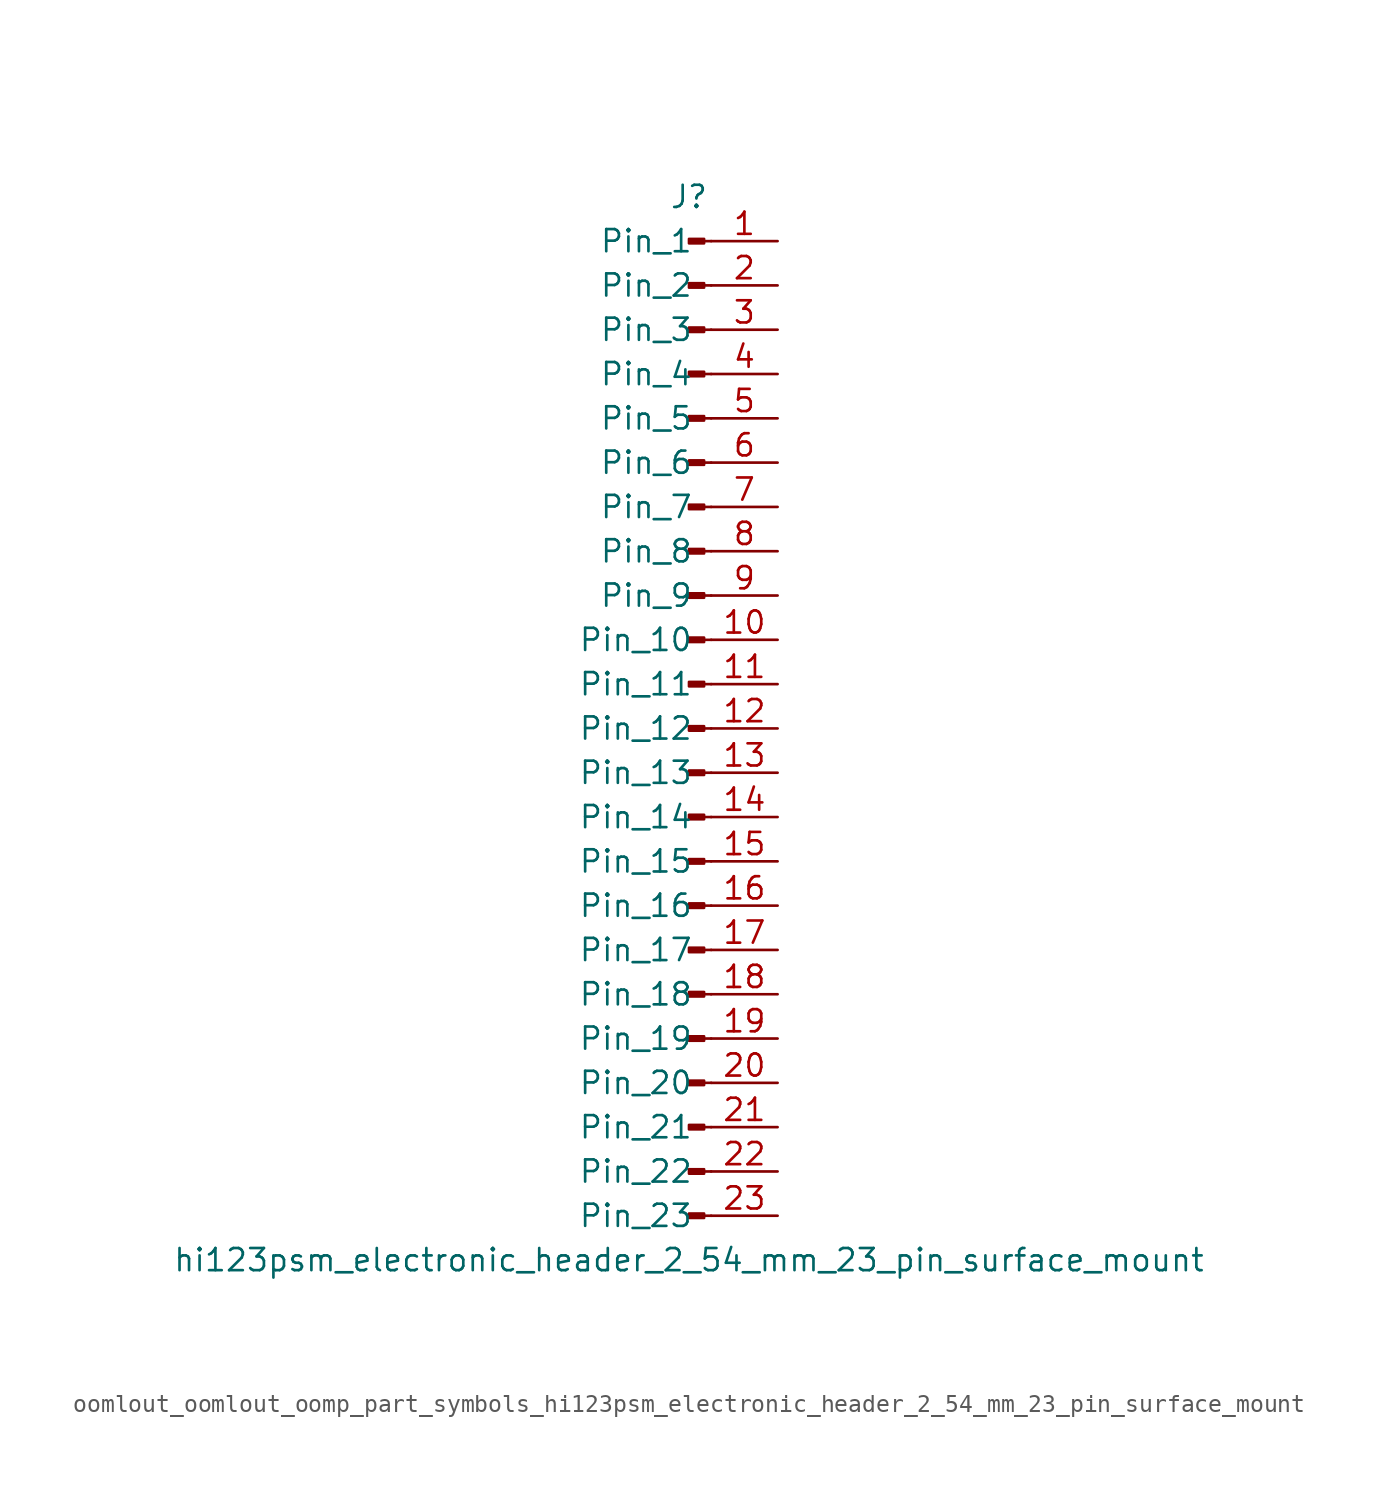
<source format=kicad_sym>
(kicad_symbol_lib
  (version 20220914)
  (generator kicad_symbol_editor)
  (symbol "oomlout_oomlout_oomp_part_symbols_hi123psm_electronic_header_2_54_mm_23_pin_surface_mount"
    (pin_names
      (offset 1.016))
    (property "Reference" "J"
      (at 0 30.48 0)
      (effects (font (size 1.27 1.27))))
    (property "Value" "hi123psm_electronic_header_2_54_mm_23_pin_surface_mount"
      (at 0 -30.48 0)
      (effects (font (size 1.27 1.27))))
    (property "ki_locked" ""
      (at 0 0 0)
      (effects (font (size 1.27 1.27))))
    (symbol "oomlout_oomlout_oomp_part_symbols_hi123psm_electronic_header_2_54_mm_23_pin_surface_mount_1_1"
      (polyline (pts (xy 1.27 -27.94) (xy 0.864 -27.94)) (stroke (width 0.152) (type default)) (fill (type none)))
      (polyline (pts (xy 1.27 -25.4) (xy 0.864 -25.4)) (stroke (width 0.152) (type default)) (fill (type none)))
      (polyline (pts (xy 1.27 -22.86) (xy 0.864 -22.86)) (stroke (width 0.152) (type default)) (fill (type none)))
      (polyline (pts (xy 1.27 -20.32) (xy 0.864 -20.32)) (stroke (width 0.152) (type default)) (fill (type none)))
      (polyline (pts (xy 1.27 -17.78) (xy 0.864 -17.78)) (stroke (width 0.152) (type default)) (fill (type none)))
      (polyline (pts (xy 1.27 -15.24) (xy 0.864 -15.24)) (stroke (width 0.152) (type default)) (fill (type none)))
      (polyline (pts (xy 1.27 -12.7) (xy 0.864 -12.7)) (stroke (width 0.152) (type default)) (fill (type none)))
      (polyline (pts (xy 1.27 -10.16) (xy 0.864 -10.16)) (stroke (width 0.152) (type default)) (fill (type none)))
      (polyline (pts (xy 1.27 -7.62) (xy 0.864 -7.62)) (stroke (width 0.152) (type default)) (fill (type none)))
      (polyline (pts (xy 1.27 -5.08) (xy 0.864 -5.08)) (stroke (width 0.152) (type default)) (fill (type none)))
      (polyline (pts (xy 1.27 -2.54) (xy 0.864 -2.54)) (stroke (width 0.152) (type default)) (fill (type none)))
      (polyline (pts (xy 1.27 0) (xy 0.864 0)) (stroke (width 0.152) (type default)) (fill (type none)))
      (polyline (pts (xy 1.27 2.54) (xy 0.864 2.54)) (stroke (width 0.152) (type default)) (fill (type none)))
      (polyline (pts (xy 1.27 5.08) (xy 0.864 5.08)) (stroke (width 0.152) (type default)) (fill (type none)))
      (polyline (pts (xy 1.27 7.62) (xy 0.864 7.62)) (stroke (width 0.152) (type default)) (fill (type none)))
      (polyline (pts (xy 1.27 10.16) (xy 0.864 10.16)) (stroke (width 0.152) (type default)) (fill (type none)))
      (polyline (pts (xy 1.27 12.7) (xy 0.864 12.7)) (stroke (width 0.152) (type default)) (fill (type none)))
      (polyline (pts (xy 1.27 15.24) (xy 0.864 15.24)) (stroke (width 0.152) (type default)) (fill (type none)))
      (polyline (pts (xy 1.27 17.78) (xy 0.864 17.78)) (stroke (width 0.152) (type default)) (fill (type none)))
      (polyline (pts (xy 1.27 20.32) (xy 0.864 20.32)) (stroke (width 0.152) (type default)) (fill (type none)))
      (polyline (pts (xy 1.27 22.86) (xy 0.864 22.86)) (stroke (width 0.152) (type default)) (fill (type none)))
      (polyline (pts (xy 1.27 25.4) (xy 0.864 25.4)) (stroke (width 0.152) (type default)) (fill (type none)))
      (polyline (pts (xy 1.27 27.94) (xy 0.864 27.94)) (stroke (width 0.152) (type default)) (fill (type none)))
      (rectangle (start 0.864 -27.813) (end 0 -28.067) (stroke (width 0.152) (type default)) (fill (type outline)))
      (rectangle (start 0.864 -25.273) (end 0 -25.527) (stroke (width 0.152) (type default)) (fill (type outline)))
      (rectangle (start 0.864 -22.733) (end 0 -22.987) (stroke (width 0.152) (type default)) (fill (type outline)))
      (rectangle (start 0.864 -20.193) (end 0 -20.447) (stroke (width 0.152) (type default)) (fill (type outline)))
      (rectangle (start 0.864 -17.653) (end 0 -17.907) (stroke (width 0.152) (type default)) (fill (type outline)))
      (rectangle (start 0.864 -15.113) (end 0 -15.367) (stroke (width 0.152) (type default)) (fill (type outline)))
      (rectangle (start 0.864 -12.573) (end 0 -12.827) (stroke (width 0.152) (type default)) (fill (type outline)))
      (rectangle (start 0.864 -10.033) (end 0 -10.287) (stroke (width 0.152) (type default)) (fill (type outline)))
      (rectangle (start 0.864 -7.493) (end 0 -7.747) (stroke (width 0.152) (type default)) (fill (type outline)))
      (rectangle (start 0.864 -4.953) (end 0 -5.207) (stroke (width 0.152) (type default)) (fill (type outline)))
      (rectangle (start 0.864 -2.413) (end 0 -2.667) (stroke (width 0.152) (type default)) (fill (type outline)))
      (rectangle (start 0.864 0.127) (end 0 -0.127) (stroke (width 0.152) (type default)) (fill (type outline)))
      (rectangle (start 0.864 2.667) (end 0 2.413) (stroke (width 0.152) (type default)) (fill (type outline)))
      (rectangle (start 0.864 5.207) (end 0 4.953) (stroke (width 0.152) (type default)) (fill (type outline)))
      (rectangle (start 0.864 7.747) (end 0 7.493) (stroke (width 0.152) (type default)) (fill (type outline)))
      (rectangle (start 0.864 10.287) (end 0 10.033) (stroke (width 0.152) (type default)) (fill (type outline)))
      (rectangle (start 0.864 12.827) (end 0 12.573) (stroke (width 0.152) (type default)) (fill (type outline)))
      (rectangle (start 0.864 15.367) (end 0 15.113) (stroke (width 0.152) (type default)) (fill (type outline)))
      (rectangle (start 0.864 17.907) (end 0 17.653) (stroke (width 0.152) (type default)) (fill (type outline)))
      (rectangle (start 0.864 20.447) (end 0 20.193) (stroke (width 0.152) (type default)) (fill (type outline)))
      (rectangle (start 0.864 22.987) (end 0 22.733) (stroke (width 0.152) (type default)) (fill (type outline)))
      (rectangle (start 0.864 25.527) (end 0 25.273) (stroke (width 0.152) (type default)) (fill (type outline)))
      (rectangle (start 0.864 28.067) (end 0 27.813) (stroke (width 0.152) (type default)) (fill (type outline)))
      (pin passive line (at 5.08 27.94 180) (length 3.81) (name "Pin_1" (effects (font (size 1.27 1.27)))) (number "1" (effects (font (size 1.27 1.27)))))
      (pin passive line (at 5.08 5.08 180) (length 3.81) (name "Pin_10" (effects (font (size 1.27 1.27)))) (number "10" (effects (font (size 1.27 1.27)))))
      (pin passive line (at 5.08 2.54 180) (length 3.81) (name "Pin_11" (effects (font (size 1.27 1.27)))) (number "11" (effects (font (size 1.27 1.27)))))
      (pin passive line (at 5.08 0 180) (length 3.81) (name "Pin_12" (effects (font (size 1.27 1.27)))) (number "12" (effects (font (size 1.27 1.27)))))
      (pin passive line (at 5.08 -2.54 180) (length 3.81) (name "Pin_13" (effects (font (size 1.27 1.27)))) (number "13" (effects (font (size 1.27 1.27)))))
      (pin passive line (at 5.08 -5.08 180) (length 3.81) (name "Pin_14" (effects (font (size 1.27 1.27)))) (number "14" (effects (font (size 1.27 1.27)))))
      (pin passive line (at 5.08 -7.62 180) (length 3.81) (name "Pin_15" (effects (font (size 1.27 1.27)))) (number "15" (effects (font (size 1.27 1.27)))))
      (pin passive line (at 5.08 -10.16 180) (length 3.81) (name "Pin_16" (effects (font (size 1.27 1.27)))) (number "16" (effects (font (size 1.27 1.27)))))
      (pin passive line (at 5.08 -12.7 180) (length 3.81) (name "Pin_17" (effects (font (size 1.27 1.27)))) (number "17" (effects (font (size 1.27 1.27)))))
      (pin passive line (at 5.08 -15.24 180) (length 3.81) (name "Pin_18" (effects (font (size 1.27 1.27)))) (number "18" (effects (font (size 1.27 1.27)))))
      (pin passive line (at 5.08 -17.78 180) (length 3.81) (name "Pin_19" (effects (font (size 1.27 1.27)))) (number "19" (effects (font (size 1.27 1.27)))))
      (pin passive line (at 5.08 25.4 180) (length 3.81) (name "Pin_2" (effects (font (size 1.27 1.27)))) (number "2" (effects (font (size 1.27 1.27)))))
      (pin passive line (at 5.08 -20.32 180) (length 3.81) (name "Pin_20" (effects (font (size 1.27 1.27)))) (number "20" (effects (font (size 1.27 1.27)))))
      (pin passive line (at 5.08 -22.86 180) (length 3.81) (name "Pin_21" (effects (font (size 1.27 1.27)))) (number "21" (effects (font (size 1.27 1.27)))))
      (pin passive line (at 5.08 -25.4 180) (length 3.81) (name "Pin_22" (effects (font (size 1.27 1.27)))) (number "22" (effects (font (size 1.27 1.27)))))
      (pin passive line (at 5.08 -27.94 180) (length 3.81) (name "Pin_23" (effects (font (size 1.27 1.27)))) (number "23" (effects (font (size 1.27 1.27)))))
      (pin passive line (at 5.08 22.86 180) (length 3.81) (name "Pin_3" (effects (font (size 1.27 1.27)))) (number "3" (effects (font (size 1.27 1.27)))))
      (pin passive line (at 5.08 20.32 180) (length 3.81) (name "Pin_4" (effects (font (size 1.27 1.27)))) (number "4" (effects (font (size 1.27 1.27)))))
      (pin passive line (at 5.08 17.78 180) (length 3.81) (name "Pin_5" (effects (font (size 1.27 1.27)))) (number "5" (effects (font (size 1.27 1.27)))))
      (pin passive line (at 5.08 15.24 180) (length 3.81) (name "Pin_6" (effects (font (size 1.27 1.27)))) (number "6" (effects (font (size 1.27 1.27)))))
      (pin passive line (at 5.08 12.7 180) (length 3.81) (name "Pin_7" (effects (font (size 1.27 1.27)))) (number "7" (effects (font (size 1.27 1.27)))))
      (pin passive line (at 5.08 10.16 180) (length 3.81) (name "Pin_8" (effects (font (size 1.27 1.27)))) (number "8" (effects (font (size 1.27 1.27)))))
      (pin passive line (at 5.08 7.62 180) (length 3.81) (name "Pin_9" (effects (font (size 1.27 1.27)))) (number "9" (effects (font (size 1.27 1.27))))))))
</source>
